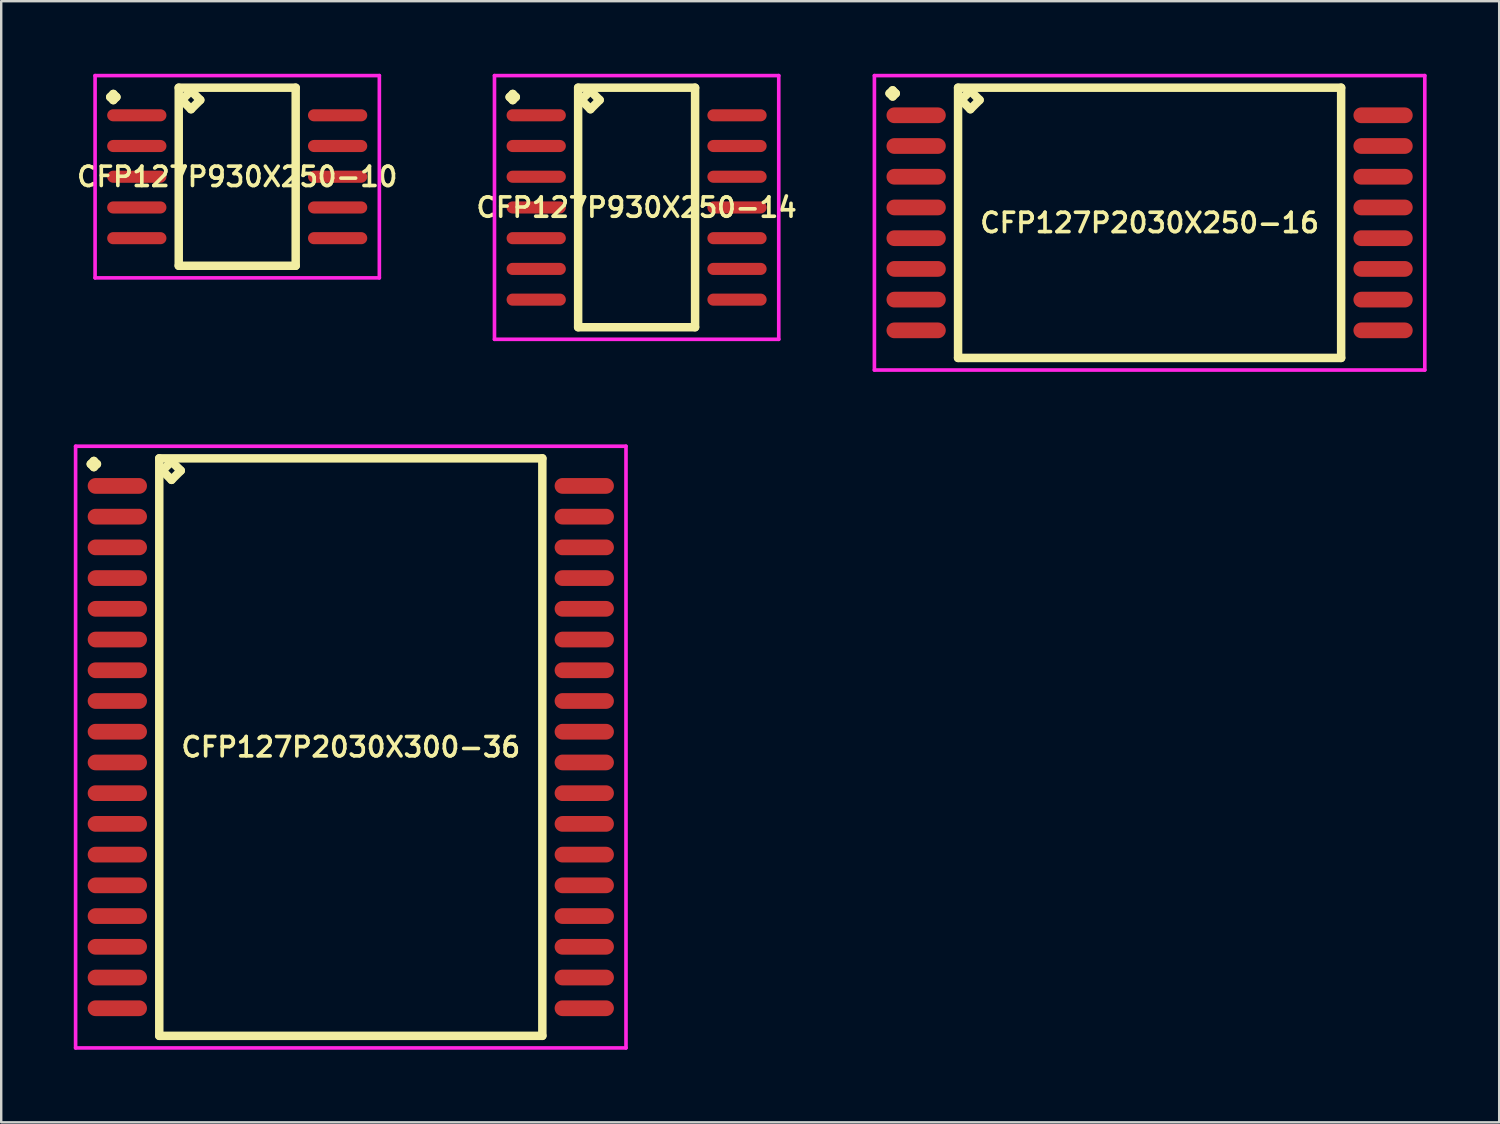
<source format=kicad_pcb>
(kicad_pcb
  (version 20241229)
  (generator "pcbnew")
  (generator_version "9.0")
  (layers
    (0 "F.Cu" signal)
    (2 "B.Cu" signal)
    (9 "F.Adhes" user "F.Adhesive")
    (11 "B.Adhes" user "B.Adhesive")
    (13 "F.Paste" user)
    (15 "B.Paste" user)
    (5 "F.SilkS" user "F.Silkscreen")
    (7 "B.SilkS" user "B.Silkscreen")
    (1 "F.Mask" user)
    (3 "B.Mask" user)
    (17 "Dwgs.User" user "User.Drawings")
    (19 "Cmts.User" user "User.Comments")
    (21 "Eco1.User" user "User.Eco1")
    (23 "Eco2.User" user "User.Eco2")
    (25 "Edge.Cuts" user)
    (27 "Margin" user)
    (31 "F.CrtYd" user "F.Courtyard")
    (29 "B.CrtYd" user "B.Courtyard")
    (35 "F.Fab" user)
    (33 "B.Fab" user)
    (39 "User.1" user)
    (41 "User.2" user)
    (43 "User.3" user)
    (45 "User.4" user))
  (footprint "CFP127P930X250-10"
    (layer "F.Cu")
    (at 6.755 4.255)
    (property "Reference" "CFP127P930X250-10" (at 0 0 0) (layer "F.SilkS") (effects (font (size 0.8 0.8) (thickness 0.15))))
    (attr smd)
    (fp_line (start -5.248 -3.294) (end -5.121 -3.421) (stroke (width 0.35) (type solid)) (layer "F.SilkS"))
    (fp_line (start -5.121 -3.421) (end -4.994 -3.294) (stroke (width 0.35) (type solid)) (layer "F.SilkS"))
    (fp_line (start -5.121 -3.167) (end -5.248 -3.294) (stroke (width 0.35) (type solid)) (layer "F.SilkS"))
    (fp_line (start -4.994 -3.294) (end -5.121 -3.167) (stroke (width 0.35) (type solid)) (layer "F.SilkS"))
    (fp_line (start -2.417 -3.68) (end -2.417 3.68) (stroke (width 0.35) (type solid)) (layer "F.SilkS"))
    (fp_line (start -2.417 3.68) (end 2.417 3.68) (stroke (width 0.35) (type solid)) (layer "F.SilkS"))
    (fp_line (start -2.29 -3.172) (end -1.909 -3.553) (stroke (width 0.35) (type solid)) (layer "F.SilkS"))
    (fp_line (start -1.909 -3.553) (end -1.528 -3.172) (stroke (width 0.35) (type solid)) (layer "F.SilkS"))
    (fp_line (start -1.909 -2.791) (end -2.29 -3.172) (stroke (width 0.35) (type solid)) (layer "F.SilkS"))
    (fp_line (start -1.528 -3.172) (end -1.909 -2.791) (stroke (width 0.35) (type solid)) (layer "F.SilkS"))
    (fp_line (start 2.417 -3.68) (end -2.417 -3.68) (stroke (width 0.35) (type solid)) (layer "F.SilkS"))
    (fp_line (start 2.417 3.68) (end 2.417 -3.68) (stroke (width 0.35) (type solid)) (layer "F.SilkS"))
    (fp_line (start -5.875 -4.18) (end 5.875 -4.18) (stroke (width 0.15) (type solid)) (layer "F.CrtYd"))
    (fp_line (start -5.875 4.18) (end -5.875 -4.18) (stroke (width 0.15) (type solid)) (layer "F.CrtYd"))
    (fp_line (start 5.875 -4.18) (end 5.875 4.18) (stroke (width 0.15) (type solid)) (layer "F.CrtYd"))
    (fp_line (start 5.875 4.18) (end -5.875 4.18) (stroke (width 0.15) (type solid)) (layer "F.CrtYd"))
    (pad "1" smd oval (at -4.15 -2.54) (size 2.45 0.5) (layers "F.Cu" "F.Mask" "F.Paste"))
    (pad "2" smd oval (at -4.15 -1.27) (size 2.45 0.5) (layers "F.Cu" "F.Mask" "F.Paste"))
    (pad "3" smd oval (at -4.15 0) (size 2.45 0.5) (layers "F.Cu" "F.Mask" "F.Paste"))
    (pad "4" smd oval (at -4.15 1.27) (size 2.45 0.5) (layers "F.Cu" "F.Mask" "F.Paste"))
    (pad "5" smd oval (at -4.15 2.54) (size 2.45 0.5) (layers "F.Cu" "F.Mask" "F.Paste"))
    (pad "6" smd oval (at 4.15 2.54) (size 2.45 0.5) (layers "F.Cu" "F.Mask" "F.Paste"))
    (pad "7" smd oval (at 4.15 1.27) (size 2.45 0.5) (layers "F.Cu" "F.Mask" "F.Paste"))
    (pad "8" smd oval (at 4.15 0) (size 2.45 0.5) (layers "F.Cu" "F.Mask" "F.Paste"))
    (pad "9" smd oval (at 4.15 -1.27) (size 2.45 0.5) (layers "F.Cu" "F.Mask" "F.Paste"))
    (pad "10" smd oval (at 4.15 -2.54) (size 2.45 0.5) (layers "F.Cu" "F.Mask" "F.Paste")))
  (footprint "CFP127P2030X300-36"
    (layer "F.Cu")
    (at 11.45 27.83)
    (property "Reference" "CFP127P2030X300-36" (at 0 0 0) (layer "F.SilkS") (effects (font (size 0.8 0.8) (thickness 0.15))))
    (attr smd)
    (fp_line (start -10.748 -11.699) (end -10.621 -11.826) (stroke (width 0.35) (type solid)) (layer "F.SilkS"))
    (fp_line (start -10.621 -11.826) (end -10.494 -11.699) (stroke (width 0.35) (type solid)) (layer "F.SilkS"))
    (fp_line (start -10.621 -11.572) (end -10.748 -11.699) (stroke (width 0.35) (type solid)) (layer "F.SilkS"))
    (fp_line (start -10.494 -11.699) (end -10.621 -11.572) (stroke (width 0.35) (type solid)) (layer "F.SilkS"))
    (fp_line (start -7.917 -11.935) (end -7.917 11.935) (stroke (width 0.35) (type solid)) (layer "F.SilkS"))
    (fp_line (start -7.917 11.935) (end 7.917 11.935) (stroke (width 0.35) (type solid)) (layer "F.SilkS"))
    (fp_line (start -7.79 -11.427) (end -7.409 -11.808) (stroke (width 0.35) (type solid)) (layer "F.SilkS"))
    (fp_line (start -7.409 -11.808) (end -7.028 -11.427) (stroke (width 0.35) (type solid)) (layer "F.SilkS"))
    (fp_line (start -7.409 -11.046) (end -7.79 -11.427) (stroke (width 0.35) (type solid)) (layer "F.SilkS"))
    (fp_line (start -7.028 -11.427) (end -7.409 -11.046) (stroke (width 0.35) (type solid)) (layer "F.SilkS"))
    (fp_line (start 7.917 -11.935) (end -7.917 -11.935) (stroke (width 0.35) (type solid)) (layer "F.SilkS"))
    (fp_line (start 7.917 11.935) (end 7.917 -11.935) (stroke (width 0.35) (type solid)) (layer "F.SilkS"))
    (fp_line (start -11.375 -12.435) (end 11.375 -12.435) (stroke (width 0.15) (type solid)) (layer "F.CrtYd"))
    (fp_line (start -11.375 12.435) (end -11.375 -12.435) (stroke (width 0.15) (type solid)) (layer "F.CrtYd"))
    (fp_line (start 11.375 -12.435) (end 11.375 12.435) (stroke (width 0.15) (type solid)) (layer "F.CrtYd"))
    (fp_line (start 11.375 12.435) (end -11.375 12.435) (stroke (width 0.15) (type solid)) (layer "F.CrtYd"))
    (pad "1" smd oval (at -9.65 -10.795) (size 2.45 0.65) (layers "F.Cu" "F.Mask" "F.Paste"))
    (pad "2" smd oval (at -9.65 -9.525) (size 2.45 0.65) (layers "F.Cu" "F.Mask" "F.Paste"))
    (pad "3" smd oval (at -9.65 -8.255) (size 2.45 0.65) (layers "F.Cu" "F.Mask" "F.Paste"))
    (pad "4" smd oval (at -9.65 -6.985) (size 2.45 0.65) (layers "F.Cu" "F.Mask" "F.Paste"))
    (pad "5" smd oval (at -9.65 -5.715) (size 2.45 0.65) (layers "F.Cu" "F.Mask" "F.Paste"))
    (pad "6" smd oval (at -9.65 -4.445) (size 2.45 0.65) (layers "F.Cu" "F.Mask" "F.Paste"))
    (pad "7" smd oval (at -9.65 -3.175) (size 2.45 0.65) (layers "F.Cu" "F.Mask" "F.Paste"))
    (pad "8" smd oval (at -9.65 -1.905) (size 2.45 0.65) (layers "F.Cu" "F.Mask" "F.Paste"))
    (pad "9" smd oval (at -9.65 -0.635) (size 2.45 0.65) (layers "F.Cu" "F.Mask" "F.Paste"))
    (pad "10" smd oval (at -9.65 0.635) (size 2.45 0.65) (layers "F.Cu" "F.Mask" "F.Paste"))
    (pad "11" smd oval (at -9.65 1.905) (size 2.45 0.65) (layers "F.Cu" "F.Mask" "F.Paste"))
    (pad "12" smd oval (at -9.65 3.175) (size 2.45 0.65) (layers "F.Cu" "F.Mask" "F.Paste"))
    (pad "13" smd oval (at -9.65 4.445) (size 2.45 0.65) (layers "F.Cu" "F.Mask" "F.Paste"))
    (pad "14" smd oval (at -9.65 5.715) (size 2.45 0.65) (layers "F.Cu" "F.Mask" "F.Paste"))
    (pad "15" smd oval (at -9.65 6.985) (size 2.45 0.65) (layers "F.Cu" "F.Mask" "F.Paste"))
    (pad "16" smd oval (at -9.65 8.255) (size 2.45 0.65) (layers "F.Cu" "F.Mask" "F.Paste"))
    (pad "17" smd oval (at -9.65 9.525) (size 2.45 0.65) (layers "F.Cu" "F.Mask" "F.Paste"))
    (pad "18" smd oval (at -9.65 10.795) (size 2.45 0.65) (layers "F.Cu" "F.Mask" "F.Paste"))
    (pad "19" smd oval (at 9.65 10.795) (size 2.45 0.65) (layers "F.Cu" "F.Mask" "F.Paste"))
    (pad "20" smd oval (at 9.65 9.525) (size 2.45 0.65) (layers "F.Cu" "F.Mask" "F.Paste"))
    (pad "21" smd oval (at 9.65 8.255) (size 2.45 0.65) (layers "F.Cu" "F.Mask" "F.Paste"))
    (pad "22" smd oval (at 9.65 6.985) (size 2.45 0.65) (layers "F.Cu" "F.Mask" "F.Paste"))
    (pad "23" smd oval (at 9.65 5.715) (size 2.45 0.65) (layers "F.Cu" "F.Mask" "F.Paste"))
    (pad "24" smd oval (at 9.65 4.445) (size 2.45 0.65) (layers "F.Cu" "F.Mask" "F.Paste"))
    (pad "25" smd oval (at 9.65 3.175) (size 2.45 0.65) (layers "F.Cu" "F.Mask" "F.Paste"))
    (pad "26" smd oval (at 9.65 1.905) (size 2.45 0.65) (layers "F.Cu" "F.Mask" "F.Paste"))
    (pad "27" smd oval (at 9.65 0.635) (size 2.45 0.65) (layers "F.Cu" "F.Mask" "F.Paste"))
    (pad "28" smd oval (at 9.65 -0.635) (size 2.45 0.65) (layers "F.Cu" "F.Mask" "F.Paste"))
    (pad "29" smd oval (at 9.65 -1.905) (size 2.45 0.65) (layers "F.Cu" "F.Mask" "F.Paste"))
    (pad "30" smd oval (at 9.65 -3.175) (size 2.45 0.65) (layers "F.Cu" "F.Mask" "F.Paste"))
    (pad "31" smd oval (at 9.65 -4.445) (size 2.45 0.65) (layers "F.Cu" "F.Mask" "F.Paste"))
    (pad "32" smd oval (at 9.65 -5.715) (size 2.45 0.65) (layers "F.Cu" "F.Mask" "F.Paste"))
    (pad "33" smd oval (at 9.65 -6.985) (size 2.45 0.65) (layers "F.Cu" "F.Mask" "F.Paste"))
    (pad "34" smd oval (at 9.65 -8.255) (size 2.45 0.65) (layers "F.Cu" "F.Mask" "F.Paste"))
    (pad "35" smd oval (at 9.65 -9.525) (size 2.45 0.65) (layers "F.Cu" "F.Mask" "F.Paste"))
    (pad "36" smd oval (at 9.65 -10.795) (size 2.45 0.65) (layers "F.Cu" "F.Mask" "F.Paste")))
  (footprint "CFP127P2030X250-16"
    (layer "F.Cu")
    (at 44.468 6.16)
    (property "Reference" "CFP127P2030X250-16" (at 0 0 0) (layer "F.SilkS") (effects (font (size 0.8 0.8) (thickness 0.15))))
    (attr through_hole)
    (fp_line (start -10.748 -5.349) (end -10.621 -5.476) (stroke (width 0.35) (type solid)) (layer "F.SilkS"))
    (fp_line (start -10.621 -5.476) (end -10.494 -5.349) (stroke (width 0.35) (type solid)) (layer "F.SilkS"))
    (fp_line (start -10.621 -5.222) (end -10.748 -5.349) (stroke (width 0.35) (type solid)) (layer "F.SilkS"))
    (fp_line (start -10.494 -5.349) (end -10.621 -5.222) (stroke (width 0.35) (type solid)) (layer "F.SilkS"))
    (fp_line (start -7.917 -5.585) (end -7.917 5.585) (stroke (width 0.35) (type solid)) (layer "F.SilkS"))
    (fp_line (start -7.917 5.585) (end 7.917 5.585) (stroke (width 0.35) (type solid)) (layer "F.SilkS"))
    (fp_line (start -7.79 -5.077) (end -7.409 -5.458) (stroke (width 0.35) (type solid)) (layer "F.SilkS"))
    (fp_line (start -7.409 -5.458) (end -7.028 -5.077) (stroke (width 0.35) (type solid)) (layer "F.SilkS"))
    (fp_line (start -7.409 -4.696) (end -7.79 -5.077) (stroke (width 0.35) (type solid)) (layer "F.SilkS"))
    (fp_line (start -7.028 -5.077) (end -7.409 -4.696) (stroke (width 0.35) (type solid)) (layer "F.SilkS"))
    (fp_line (start 7.917 -5.585) (end -7.917 -5.585) (stroke (width 0.35) (type solid)) (layer "F.SilkS"))
    (fp_line (start 7.917 5.585) (end 7.917 -5.585) (stroke (width 0.35) (type solid)) (layer "F.SilkS"))
    (fp_line (start -11.375 -6.085) (end 11.375 -6.085) (stroke (width 0.15) (type solid)) (layer "F.CrtYd"))
    (fp_line (start -11.375 6.085) (end -11.375 -6.085) (stroke (width 0.15) (type solid)) (layer "F.CrtYd"))
    (fp_line (start 11.375 -6.085) (end 11.375 6.085) (stroke (width 0.15) (type solid)) (layer "F.CrtYd"))
    (fp_line (start 11.375 6.085) (end -11.375 6.085) (stroke (width 0.15) (type solid)) (layer "F.CrtYd"))
    (pad "1" smd oval (at -9.65 -4.445) (size 2.45 0.65) (layers "F.Cu" "F.Mask" "F.Paste"))
    (pad "2" smd oval (at -9.65 -3.175) (size 2.45 0.65) (layers "F.Cu" "F.Mask" "F.Paste"))
    (pad "3" smd oval (at -9.65 -1.905) (size 2.45 0.65) (layers "F.Cu" "F.Mask" "F.Paste"))
    (pad "4" smd oval (at -9.65 -0.635) (size 2.45 0.65) (layers "F.Cu" "F.Mask" "F.Paste"))
    (pad "5" smd oval (at -9.65 0.635) (size 2.45 0.65) (layers "F.Cu" "F.Mask" "F.Paste"))
    (pad "6" smd oval (at -9.65 1.905) (size 2.45 0.65) (layers "F.Cu" "F.Mask" "F.Paste"))
    (pad "7" smd oval (at -9.65 3.175) (size 2.45 0.65) (layers "F.Cu" "F.Mask" "F.Paste"))
    (pad "8" smd oval (at -9.65 4.445) (size 2.45 0.65) (layers "F.Cu" "F.Mask" "F.Paste"))
    (pad "9" smd oval (at 9.65 4.445) (size 2.45 0.65) (layers "F.Cu" "F.Mask" "F.Paste"))
    (pad "10" smd oval (at 9.65 3.175) (size 2.45 0.65) (layers "F.Cu" "F.Mask" "F.Paste"))
    (pad "11" smd oval (at 9.65 1.905) (size 2.45 0.65) (layers "F.Cu" "F.Mask" "F.Paste"))
    (pad "12" smd oval (at 9.65 0.635) (size 2.45 0.65) (layers "F.Cu" "F.Mask" "F.Paste"))
    (pad "13" smd oval (at 9.65 -0.635) (size 2.45 0.65) (layers "F.Cu" "F.Mask" "F.Paste"))
    (pad "14" smd oval (at 9.65 -1.905) (size 2.45 0.65) (layers "F.Cu" "F.Mask" "F.Paste"))
    (pad "15" smd oval (at 9.65 -3.175) (size 2.45 0.65) (layers "F.Cu" "F.Mask" "F.Paste"))
    (pad "16" smd oval (at 9.65 -4.445) (size 2.45 0.65) (layers "F.Cu" "F.Mask" "F.Paste")))
  (footprint "CFP127P930X250-14"
    (layer "F.Cu")
    (at 23.264 5.525)
    (property "Reference" "CFP127P930X250-14" (at 0 0 0) (layer "F.SilkS") (effects (font (size 0.8 0.8) (thickness 0.15))))
    (attr smd)
    (fp_line (start -5.248 -4.564) (end -5.121 -4.691) (stroke (width 0.35) (type solid)) (layer "F.SilkS"))
    (fp_line (start -5.121 -4.691) (end -4.994 -4.564) (stroke (width 0.35) (type solid)) (layer "F.SilkS"))
    (fp_line (start -5.121 -4.437) (end -5.248 -4.564) (stroke (width 0.35) (type solid)) (layer "F.SilkS"))
    (fp_line (start -4.994 -4.564) (end -5.121 -4.437) (stroke (width 0.35) (type solid)) (layer "F.SilkS"))
    (fp_line (start -2.417 -4.95) (end -2.417 4.95) (stroke (width 0.35) (type solid)) (layer "F.SilkS"))
    (fp_line (start -2.417 4.95) (end 2.417 4.95) (stroke (width 0.35) (type solid)) (layer "F.SilkS"))
    (fp_line (start -2.29 -4.442) (end -1.909 -4.823) (stroke (width 0.35) (type solid)) (layer "F.SilkS"))
    (fp_line (start -1.909 -4.823) (end -1.528 -4.442) (stroke (width 0.35) (type solid)) (layer "F.SilkS"))
    (fp_line (start -1.909 -4.061) (end -2.29 -4.442) (stroke (width 0.35) (type solid)) (layer "F.SilkS"))
    (fp_line (start -1.528 -4.442) (end -1.909 -4.061) (stroke (width 0.35) (type solid)) (layer "F.SilkS"))
    (fp_line (start 2.417 -4.95) (end -2.417 -4.95) (stroke (width 0.35) (type solid)) (layer "F.SilkS"))
    (fp_line (start 2.417 4.95) (end 2.417 -4.95) (stroke (width 0.35) (type solid)) (layer "F.SilkS"))
    (fp_line (start -5.875 -5.45) (end 5.875 -5.45) (stroke (width 0.15) (type solid)) (layer "F.CrtYd"))
    (fp_line (start -5.875 5.45) (end -5.875 -5.45) (stroke (width 0.15) (type solid)) (layer "F.CrtYd"))
    (fp_line (start 5.875 -5.45) (end 5.875 5.45) (stroke (width 0.15) (type solid)) (layer "F.CrtYd"))
    (fp_line (start 5.875 5.45) (end -5.875 5.45) (stroke (width 0.15) (type solid)) (layer "F.CrtYd"))
    (pad "1" smd oval (at -4.15 -3.81) (size 2.45 0.5) (layers "F.Cu" "F.Mask" "F.Paste"))
    (pad "2" smd oval (at -4.15 -2.54) (size 2.45 0.5) (layers "F.Cu" "F.Mask" "F.Paste"))
    (pad "3" smd oval (at -4.15 -1.27) (size 2.45 0.5) (layers "F.Cu" "F.Mask" "F.Paste"))
    (pad "4" smd oval (at -4.15 0) (size 2.45 0.5) (layers "F.Cu" "F.Mask" "F.Paste"))
    (pad "5" smd oval (at -4.15 1.27) (size 2.45 0.5) (layers "F.Cu" "F.Mask" "F.Paste"))
    (pad "6" smd oval (at -4.15 2.54) (size 2.45 0.5) (layers "F.Cu" "F.Mask" "F.Paste"))
    (pad "7" smd oval (at -4.15 3.81) (size 2.45 0.5) (layers "F.Cu" "F.Mask" "F.Paste"))
    (pad "8" smd oval (at 4.15 3.81) (size 2.45 0.5) (layers "F.Cu" "F.Mask" "F.Paste"))
    (pad "9" smd oval (at 4.15 2.54) (size 2.45 0.5) (layers "F.Cu" "F.Mask" "F.Paste"))
    (pad "10" smd oval (at 4.15 1.27) (size 2.45 0.5) (layers "F.Cu" "F.Mask" "F.Paste"))
    (pad "11" smd oval (at 4.15 0) (size 2.45 0.5) (layers "F.Cu" "F.Mask" "F.Paste"))
    (pad "12" smd oval (at 4.15 -1.27) (size 2.45 0.5) (layers "F.Cu" "F.Mask" "F.Paste"))
    (pad "13" smd oval (at 4.15 -2.54) (size 2.45 0.5) (layers "F.Cu" "F.Mask" "F.Paste"))
    (pad "14" smd oval (at 4.15 -3.81) (size 2.45 0.5) (layers "F.Cu" "F.Mask" "F.Paste")))
  (gr_rect
    (start -3 -3)
    (end 58.918 43.34)
    (stroke (width 0.1) (type default))
    (fill no)
    (layer "Edge.Cuts")))
</source>
